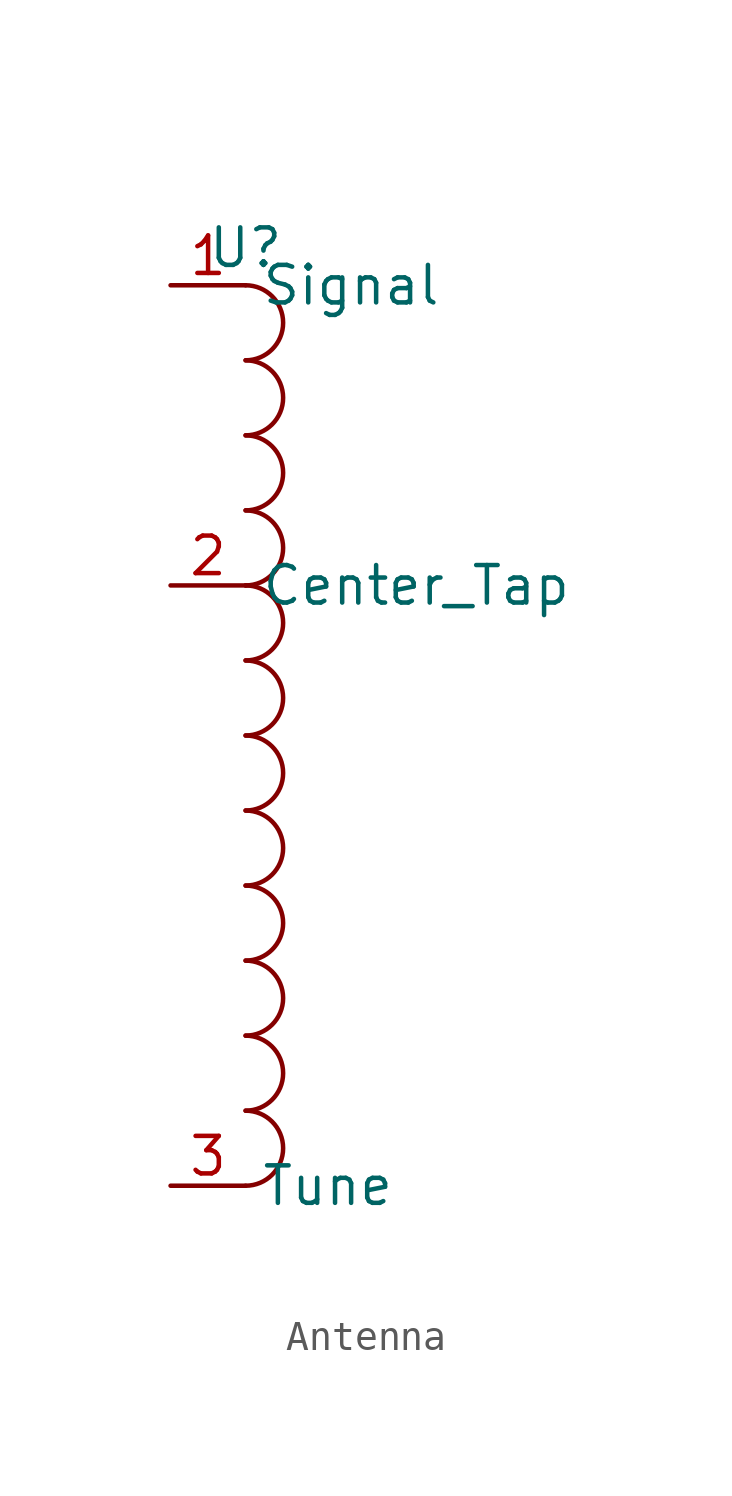
<source format=kicad_sym>
(kicad_symbol_lib
  (version 20241209)
  (generator "kicad_symbol_editor")
  (generator_version "9.0")
  (symbol "Antenna"
    (property "Reference" "U"
      (at 0 0 0)
      (effects (font (size 1.27 1.27))))
    (property "Value" ""
      (at 0 0 0)
      (effects (font (size 1.27 1.27))))
    (symbol "Antenna_0_1"
      (arc (start 0 -1.27) (mid 1.27 -2.54) (end 0 -3.81) (stroke (width 0) (type default)) (fill (type none)))
      (arc (start 0 -3.81) (mid 1.27 -5.08) (end 0 -6.35) (stroke (width 0) (type default)) (fill (type none)))
      (arc (start 0 -6.35) (mid 1.27 -7.62) (end 0 -8.89) (stroke (width 0) (type default)) (fill (type none)))
      (arc (start 0 -8.89) (mid 1.27 -10.16) (end 0 -11.43) (stroke (width 0) (type default)) (fill (type none)))
      (arc (start 0 -11.43) (mid 1.27 -12.7) (end 0 -13.97) (stroke (width 0) (type default)) (fill (type none)))
      (arc (start 0 -13.97) (mid 1.27 -15.24) (end 0 -16.51) (stroke (width 0) (type default)) (fill (type none)))
      (arc (start 0 -16.51) (mid 1.27 -17.78) (end 0 -19.05) (stroke (width 0) (type default)) (fill (type none)))
      (arc (start 0 -19.05) (mid 1.27 -20.32) (end 0 -21.59) (stroke (width 0) (type default)) (fill (type none)))
      (arc (start 0 -21.59) (mid 1.27 -22.86) (end 0 -24.13) (stroke (width 0) (type default)) (fill (type none)))
      (arc (start 0 -24.13) (mid 1.27 -25.4) (end 0 -26.67) (stroke (width 0) (type default)) (fill (type none)))
      (arc (start 0 -26.67) (mid 1.27 -27.94) (end 0 -29.21) (stroke (width 0) (type default)) (fill (type none)))
      (arc (start 0 -29.21) (mid 1.27 -30.48) (end 0 -31.75) (stroke (width 0) (type default)) (fill (type none))))
    (symbol "Antenna_1_1"
      (pin bidirectional line (at -2.54 -1.27 0) (length 2.54) (name "Signal" (effects (font (size 1.27 1.27)))) (number "1" (effects (font (size 1.27 1.27)))))
      (pin bidirectional line (at -2.54 -11.43 0) (length 2.54) (name "Center_Tap" (effects (font (size 1.27 1.27)))) (number "2" (effects (font (size 1.27 1.27)))))
      (pin bidirectional line (at -2.54 -31.75 0) (length 2.54) (name "Tune" (effects (font (size 1.27 1.27)))) (number "3" (effects (font (size 1.27 1.27))))))))
</source>
